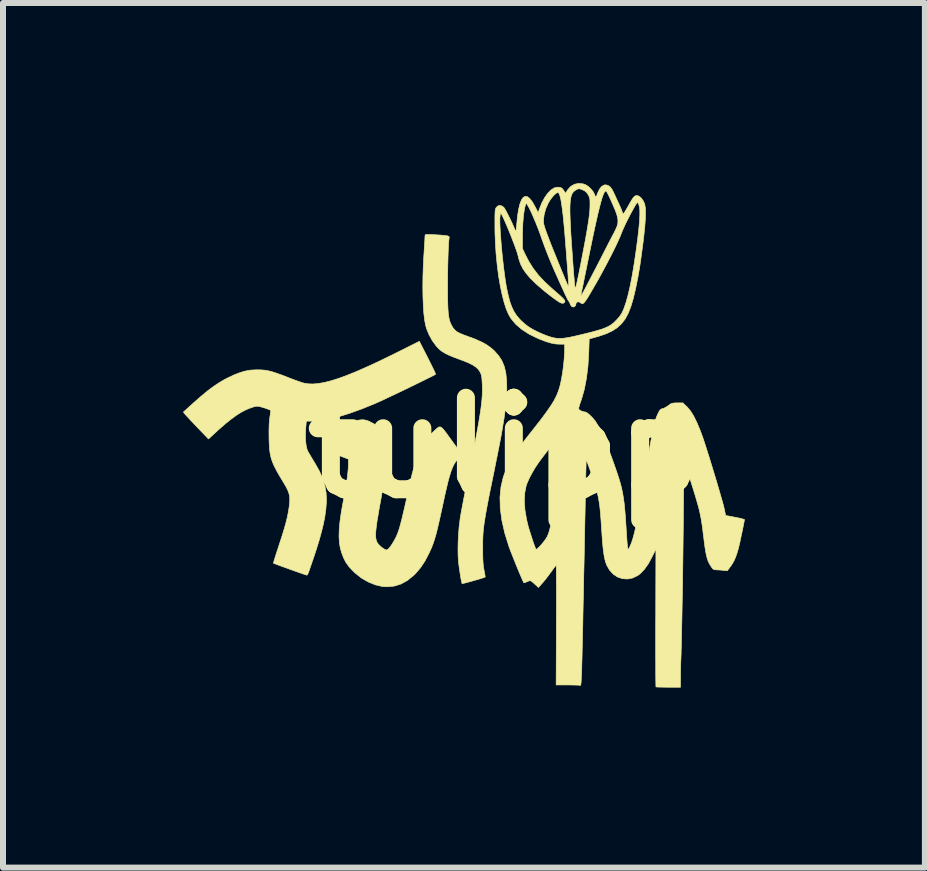
<source format=kicad_pcb>
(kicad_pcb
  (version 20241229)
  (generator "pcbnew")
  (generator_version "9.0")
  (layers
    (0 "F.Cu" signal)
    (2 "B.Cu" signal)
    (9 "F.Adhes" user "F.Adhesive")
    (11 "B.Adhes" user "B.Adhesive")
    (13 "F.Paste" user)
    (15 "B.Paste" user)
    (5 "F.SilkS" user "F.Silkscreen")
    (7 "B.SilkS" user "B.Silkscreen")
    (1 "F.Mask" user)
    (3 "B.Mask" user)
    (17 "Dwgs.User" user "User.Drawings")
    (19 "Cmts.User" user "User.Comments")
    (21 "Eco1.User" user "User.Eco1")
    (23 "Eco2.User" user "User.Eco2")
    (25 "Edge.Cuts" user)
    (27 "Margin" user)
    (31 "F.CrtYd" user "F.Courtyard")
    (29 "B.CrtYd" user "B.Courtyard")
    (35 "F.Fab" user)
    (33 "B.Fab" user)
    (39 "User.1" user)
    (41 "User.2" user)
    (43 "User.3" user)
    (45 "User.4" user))
  (footprint "tulipp"
    (layer "F.Cu")
    (at 5.365 4.411)
    (property "Reference" "tulipp" (at 0 0 0) (layer "F.SilkS") (effects (font (size 1.524 1.524) (thickness 0.3))))
    (attr through_hole)
    (fp_poly (pts (xy -2.329 -0.463) (xy -2.289 -0.451) (xy -2.272 -0.445) (xy -2.182 -0.399) (xy -2.108 -0.335) (xy -2.052 -0.252) (xy -2.014 -0.152) (xy -2.006 -0.121) (xy -1.998 -0.066) (xy -1.993 0.008) (xy -1.991 0.097) (xy -1.992 0.194) (xy -1.995 0.294) (xy -2.001 0.391) (xy -2.006 0.445) (xy -2.013 0.503) (xy -2.024 0.58) (xy -2.038 0.669) (xy -2.053 0.762) (xy -2.069 0.854) (xy -2.071 0.864) (xy -2.097 1.006) (xy -2.117 1.125) (xy -2.134 1.225) (xy -2.145 1.307) (xy -2.153 1.374) (xy -2.157 1.427) (xy -2.157 1.471) (xy -2.154 1.506) (xy -2.147 1.536) (xy -2.138 1.563) (xy -2.135 1.569) (xy -2.113 1.603) (xy -2.079 1.638) (xy -2.039 1.67) (xy -2.001 1.694) (xy -1.974 1.702) (xy -1.953 1.691) (xy -1.925 1.662) (xy -1.893 1.618) (xy -1.859 1.564) (xy -1.837 1.524) (xy -1.819 1.49) (xy -1.803 1.455) (xy -1.788 1.418) (xy -1.773 1.375) (xy -1.757 1.325) (xy -1.741 1.265) (xy -1.722 1.194) (xy -1.702 1.108) (xy -1.678 1.007) (xy -1.651 0.887) (xy -1.62 0.747) (xy -1.587 0.597) (xy -1.546 0.422) (xy -1.503 0.27) (xy -1.458 0.138) (xy -1.408 0.023) (xy -1.354 -0.076) (xy -1.294 -0.163) (xy -1.226 -0.24) (xy -1.194 -0.27) (xy -1.158 -0.305) (xy -1.13 -0.33) (xy -1.106 -0.346) (xy -1.085 -0.35) (xy -1.063 -0.342) (xy -1.038 -0.319) (xy -1.006 -0.281) (xy -0.966 -0.227) (xy -0.913 -0.154) (xy -0.891 -0.124) (xy -0.713 0.121) (xy -0.769 0.171) (xy -0.8 0.202) (xy -0.828 0.237) (xy -0.853 0.278) (xy -0.877 0.328) (xy -0.9 0.389) (xy -0.924 0.464) (xy -0.949 0.554) (xy -0.975 0.663) (xy -1.005 0.793) (xy -1.029 0.906) (xy -1.061 1.052) (xy -1.088 1.175) (xy -1.112 1.28) (xy -1.133 1.368) (xy -1.152 1.443) (xy -1.171 1.508) (xy -1.189 1.564) (xy -1.207 1.616) (xy -1.227 1.666) (xy -1.25 1.717) (xy -1.265 1.75) (xy -1.334 1.883) (xy -1.408 1.995) (xy -1.491 2.093) (xy -1.523 2.124) (xy -1.628 2.209) (xy -1.737 2.269) (xy -1.851 2.304) (xy -1.971 2.314) (xy -2.043 2.31) (xy -2.16 2.283) (xy -2.279 2.235) (xy -2.395 2.168) (xy -2.502 2.083) (xy -2.54 2.046) (xy -2.605 1.975) (xy -2.654 1.906) (xy -2.692 1.831) (xy -2.724 1.747) (xy -2.747 1.665) (xy -2.761 1.576) (xy -2.767 1.477) (xy -2.764 1.366) (xy -2.753 1.24) (xy -2.733 1.096) (xy -2.705 0.931) (xy -2.704 0.93) (xy -2.678 0.788) (xy -2.657 0.668) (xy -2.64 0.567) (xy -2.628 0.482) (xy -2.62 0.411) (xy -2.614 0.351) (xy -2.612 0.3) (xy -2.61 0.188) (xy -2.756 0.132) (xy -2.813 0.11) (xy -2.863 0.091) (xy -2.899 0.077) (xy -2.917 0.071) (xy -2.917 0.071) (xy -2.92 0.057) (xy -2.912 0.025) (xy -2.897 -0.021) (xy -2.874 -0.076) (xy -2.847 -0.137) (xy -2.817 -0.197) (xy -2.754 -0.293) (xy -2.679 -0.368) (xy -2.59 -0.421) (xy -2.486 -0.454) (xy -2.452 -0.46) (xy -2.4 -0.467) (xy -2.362 -0.468) (xy -2.329 -0.463)) (stroke (width 0.01) (type solid)) (fill yes) (layer "F.SilkS"))
    (fp_poly (pts (xy -1.237 -3.554) (xy -1.184 -3.551) (xy -1.096 -3.546) (xy -1.031 -3.541) (xy -0.984 -3.536) (xy -0.954 -3.53) (xy -0.938 -3.522) (xy -0.931 -3.513) (xy -0.931 -3.501) (xy -0.932 -3.5) (xy -0.936 -3.469) (xy -0.941 -3.414) (xy -0.945 -3.341) (xy -0.949 -3.252) (xy -0.952 -3.15) (xy -0.955 -3.038) (xy -0.957 -2.92) (xy -0.958 -2.798) (xy -0.958 -2.676) (xy -0.958 -2.667) (xy -0.958 -2.534) (xy -0.956 -2.423) (xy -0.953 -2.331) (xy -0.948 -2.257) (xy -0.941 -2.196) (xy -0.932 -2.146) (xy -0.92 -2.104) (xy -0.905 -2.067) (xy -0.893 -2.042) (xy -0.867 -1.998) (xy -0.838 -1.964) (xy -0.804 -1.935) (xy -0.758 -1.91) (xy -0.696 -1.884) (xy -0.628 -1.859) (xy -0.505 -1.814) (xy -0.404 -1.769) (xy -0.319 -1.724) (xy -0.248 -1.675) (xy -0.185 -1.622) (xy -0.177 -1.613) (xy -0.108 -1.535) (xy -0.054 -1.452) (xy -0.015 -1.359) (xy 0.011 -1.253) (xy 0.024 -1.131) (xy 0.028 -1.003) (xy 0.026 -0.912) (xy 0.02 -0.817) (xy 0.011 -0.714) (xy -0.002 -0.602) (xy -0.02 -0.478) (xy -0.043 -0.339) (xy -0.07 -0.183) (xy -0.104 -0.009) (xy -0.143 0.187) (xy -0.154 0.241) (xy -0.192 0.431) (xy -0.226 0.597) (xy -0.256 0.743) (xy -0.281 0.87) (xy -0.302 0.981) (xy -0.32 1.077) (xy -0.334 1.161) (xy -0.346 1.235) (xy -0.355 1.301) (xy -0.362 1.36) (xy -0.367 1.415) (xy -0.37 1.469) (xy -0.372 1.522) (xy -0.373 1.578) (xy -0.373 1.638) (xy -0.373 1.664) (xy -0.373 1.769) (xy -0.371 1.853) (xy -0.367 1.922) (xy -0.361 1.98) (xy -0.352 2.032) (xy -0.351 2.037) (xy -0.342 2.087) (xy -0.335 2.126) (xy -0.332 2.149) (xy -0.333 2.152) (xy -0.348 2.159) (xy -0.382 2.17) (xy -0.429 2.185) (xy -0.485 2.201) (xy -0.544 2.218) (xy -0.602 2.234) (xy -0.653 2.248) (xy -0.692 2.257) (xy -0.714 2.262) (xy -0.717 2.262) (xy -0.723 2.243) (xy -0.731 2.204) (xy -0.741 2.151) (xy -0.751 2.087) (xy -0.761 2.02) (xy -0.77 1.953) (xy -0.776 1.905) (xy -0.783 1.81) (xy -0.785 1.697) (xy -0.783 1.572) (xy -0.776 1.442) (xy -0.766 1.313) (xy -0.751 1.193) (xy -0.75 1.181) (xy -0.741 1.128) (xy -0.728 1.054) (xy -0.711 0.964) (xy -0.692 0.862) (xy -0.67 0.751) (xy -0.648 0.637) (xy -0.628 0.54) (xy -0.584 0.323) (xy -0.545 0.13) (xy -0.511 -0.043) (xy -0.481 -0.196) (xy -0.456 -0.331) (xy -0.435 -0.451) (xy -0.418 -0.557) (xy -0.404 -0.651) (xy -0.394 -0.734) (xy -0.386 -0.809) (xy -0.381 -0.878) (xy -0.379 -0.941) (xy -0.379 -1.002) (xy -0.381 -1.061) (xy -0.382 -1.08) (xy -0.386 -1.144) (xy -0.391 -1.19) (xy -0.4 -1.225) (xy -0.413 -1.255) (xy -0.422 -1.272) (xy -0.451 -1.312) (xy -0.49 -1.348) (xy -0.542 -1.382) (xy -0.61 -1.416) (xy -0.698 -1.452) (xy -0.753 -1.472) (xy -0.855 -1.51) (xy -0.937 -1.544) (xy -1.002 -1.576) (xy -1.054 -1.608) (xy -1.098 -1.644) (xy -1.137 -1.684) (xy -1.15 -1.7) (xy -1.214 -1.788) (xy -1.269 -1.888) (xy -1.31 -1.989) (xy -1.326 -2.047) (xy -1.342 -2.136) (xy -1.355 -2.248) (xy -1.363 -2.379) (xy -1.369 -2.526) (xy -1.371 -2.687) (xy -1.369 -2.858) (xy -1.363 -3.036) (xy -1.353 -3.22) (xy -1.352 -3.232) (xy -1.347 -3.316) (xy -1.342 -3.393) (xy -1.338 -3.457) (xy -1.336 -3.506) (xy -1.334 -3.535) (xy -1.334 -3.542) (xy -1.329 -3.549) (xy -1.315 -3.554) (xy -1.285 -3.555) (xy -1.237 -3.554)) (stroke (width 0.01) (type solid)) (fill yes) (layer "F.SilkS"))
    (fp_poly (pts (xy -1.29 -1.503) (xy -1.252 -1.427) (xy -1.218 -1.359) (xy -1.19 -1.302) (xy -1.17 -1.258) (xy -1.159 -1.232) (xy -1.158 -1.226) (xy -1.172 -1.217) (xy -1.207 -1.199) (xy -1.258 -1.173) (xy -1.325 -1.14) (xy -1.402 -1.102) (xy -1.488 -1.06) (xy -1.58 -1.015) (xy -1.675 -0.969) (xy -1.769 -0.924) (xy -1.861 -0.88) (xy -1.947 -0.84) (xy -2.024 -0.803) (xy -2.09 -0.773) (xy -2.141 -0.75) (xy -2.165 -0.739) (xy -2.387 -0.649) (xy -2.589 -0.576) (xy -2.772 -0.519) (xy -2.938 -0.478) (xy -3.085 -0.453) (xy -3.215 -0.445) (xy -3.221 -0.445) (xy -3.312 -0.445) (xy -3.322 -0.321) (xy -3.326 -0.216) (xy -3.324 -0.12) (xy -3.315 -0.039) (xy -3.3 0.024) (xy -3.291 0.048) (xy -3.275 0.077) (xy -3.249 0.121) (xy -3.217 0.176) (xy -3.18 0.237) (xy -3.17 0.253) (xy -3.096 0.384) (xy -3.041 0.507) (xy -3.003 0.627) (xy -2.982 0.75) (xy -2.976 0.879) (xy -2.986 1.021) (xy -3.005 1.156) (xy -3.027 1.267) (xy -3.059 1.397) (xy -3.098 1.539) (xy -3.145 1.691) (xy -3.186 1.816) (xy -3.218 1.909) (xy -3.243 1.981) (xy -3.261 2.035) (xy -3.275 2.073) (xy -3.285 2.097) (xy -3.292 2.111) (xy -3.297 2.118) (xy -3.302 2.12) (xy -3.306 2.12) (xy -3.322 2.115) (xy -3.358 2.103) (xy -3.411 2.085) (xy -3.476 2.062) (xy -3.551 2.035) (xy -3.588 2.022) (xy -3.665 1.994) (xy -3.734 1.969) (xy -3.791 1.948) (xy -3.833 1.932) (xy -3.856 1.923) (xy -3.86 1.922) (xy -3.857 1.909) (xy -3.848 1.876) (xy -3.832 1.825) (xy -3.812 1.76) (xy -3.787 1.685) (xy -3.769 1.629) (xy -3.721 1.482) (xy -3.682 1.356) (xy -3.651 1.246) (xy -3.627 1.149) (xy -3.61 1.061) (xy -3.597 0.979) (xy -3.595 0.956) (xy -3.588 0.882) (xy -3.589 0.82) (xy -3.6 0.763) (xy -3.621 0.705) (xy -3.654 0.64) (xy -3.693 0.575) (xy -3.757 0.468) (xy -3.808 0.379) (xy -3.848 0.301) (xy -3.878 0.23) (xy -3.9 0.162) (xy -3.915 0.092) (xy -3.925 0.015) (xy -3.93 -0.072) (xy -3.933 -0.152) (xy -3.934 -0.283) (xy -3.931 -0.393) (xy -3.923 -0.484) (xy -3.921 -0.5) (xy -3.903 -0.625) (xy -3.944 -0.642) (xy -3.979 -0.655) (xy -4.026 -0.671) (xy -4.06 -0.68) (xy -4.098 -0.69) (xy -4.127 -0.694) (xy -4.155 -0.692) (xy -4.191 -0.682) (xy -4.231 -0.669) (xy -4.308 -0.639) (xy -4.387 -0.599) (xy -4.47 -0.547) (xy -4.56 -0.482) (xy -4.66 -0.402) (xy -4.771 -0.305) (xy -4.833 -0.248) (xy -4.942 -0.148) (xy -5.128 -0.342) (xy -5.185 -0.402) (xy -5.237 -0.457) (xy -5.281 -0.505) (xy -5.315 -0.541) (xy -5.335 -0.563) (xy -5.337 -0.566) (xy -5.36 -0.596) (xy -5.189 -0.751) (xy -5.068 -0.857) (xy -4.96 -0.947) (xy -4.86 -1.022) (xy -4.765 -1.085) (xy -4.672 -1.14) (xy -4.616 -1.168) (xy -4.508 -1.219) (xy -4.413 -1.255) (xy -4.327 -1.28) (xy -4.242 -1.295) (xy -4.152 -1.3) (xy -4.128 -1.3) (xy -4.064 -1.299) (xy -4.005 -1.294) (xy -3.946 -1.284) (xy -3.882 -1.268) (xy -3.81 -1.245) (xy -3.723 -1.214) (xy -3.619 -1.174) (xy -3.611 -1.17) (xy -3.54 -1.143) (xy -3.472 -1.118) (xy -3.412 -1.097) (xy -3.367 -1.083) (xy -3.353 -1.079) (xy -3.281 -1.067) (xy -3.201 -1.064) (xy -3.112 -1.072) (xy -3.013 -1.089) (xy -2.901 -1.117) (xy -2.777 -1.156) (xy -2.638 -1.207) (xy -2.484 -1.269) (xy -2.313 -1.344) (xy -2.124 -1.431) (xy -1.916 -1.532) (xy -1.778 -1.6) (xy -1.429 -1.775) (xy -1.29 -1.503)) (stroke (width 0.01) (type solid)) (fill yes) (layer "F.SilkS"))
    (fp_poly (pts (xy 1.299 -4.398) (xy 1.341 -4.383) (xy 1.385 -4.355) (xy 1.429 -4.314) (xy 1.466 -4.269) (xy 1.489 -4.226) (xy 1.493 -4.215) (xy 1.501 -4.187) (xy 1.511 -4.182) (xy 1.524 -4.199) (xy 1.54 -4.241) (xy 1.54 -4.241) (xy 1.572 -4.31) (xy 1.609 -4.356) (xy 1.651 -4.379) (xy 1.669 -4.382) (xy 1.711 -4.374) (xy 1.747 -4.35) (xy 1.781 -4.307) (xy 1.814 -4.241) (xy 1.815 -4.239) (xy 1.843 -4.178) (xy 1.874 -4.11) (xy 1.899 -4.056) (xy 1.921 -4.008) (xy 1.939 -3.965) (xy 1.95 -3.935) (xy 1.95 -3.932) (xy 1.96 -3.908) (xy 1.969 -3.899) (xy 1.979 -3.909) (xy 1.998 -3.938) (xy 2.023 -3.98) (xy 2.051 -4.029) (xy 2.089 -4.096) (xy 2.117 -4.143) (xy 2.139 -4.174) (xy 2.158 -4.192) (xy 2.176 -4.201) (xy 2.195 -4.204) (xy 2.198 -4.204) (xy 2.232 -4.192) (xy 2.267 -4.162) (xy 2.299 -4.119) (xy 2.323 -4.069) (xy 2.326 -4.058) (xy 2.336 -4) (xy 2.339 -3.918) (xy 2.336 -3.814) (xy 2.327 -3.685) (xy 2.311 -3.532) (xy 2.3 -3.435) (xy 2.279 -3.279) (xy 2.261 -3.144) (xy 2.243 -3.023) (xy 2.225 -2.914) (xy 2.206 -2.81) (xy 2.185 -2.707) (xy 2.171 -2.64) (xy 2.134 -2.484) (xy 2.094 -2.352) (xy 2.05 -2.24) (xy 1.999 -2.146) (xy 1.939 -2.068) (xy 1.868 -2.002) (xy 1.784 -1.948) (xy 1.684 -1.901) (xy 1.567 -1.861) (xy 1.453 -1.829) (xy 1.401 -1.816) (xy 1.393 -1.578) (xy 1.38 -1.36) (xy 1.355 -1.159) (xy 1.32 -0.976) (xy 1.274 -0.814) (xy 1.251 -0.749) (xy 1.236 -0.704) (xy 1.227 -0.667) (xy 1.226 -0.646) (xy 1.242 -0.629) (xy 1.273 -0.613) (xy 1.31 -0.601) (xy 1.339 -0.597) (xy 1.359 -0.588) (xy 1.39 -0.565) (xy 1.426 -0.532) (xy 1.462 -0.495) (xy 1.492 -0.459) (xy 1.5 -0.449) (xy 1.536 -0.392) (xy 1.572 -0.328) (xy 1.61 -0.252) (xy 1.65 -0.162) (xy 1.693 -0.057) (xy 1.74 0.066) (xy 1.793 0.21) (xy 1.83 0.315) (xy 1.865 0.417) (xy 1.895 0.508) (xy 1.92 0.592) (xy 1.941 0.673) (xy 1.958 0.755) (xy 1.972 0.842) (xy 1.985 0.936) (xy 1.995 1.042) (xy 2.005 1.164) (xy 2.014 1.305) (xy 2.02 1.4) (xy 2.025 1.477) (xy 2.03 1.548) (xy 2.035 1.608) (xy 2.04 1.651) (xy 2.043 1.673) (xy 2.049 1.688) (xy 2.055 1.689) (xy 2.064 1.675) (xy 2.079 1.643) (xy 2.094 1.608) (xy 2.109 1.57) (xy 2.123 1.527) (xy 2.138 1.477) (xy 2.153 1.418) (xy 2.169 1.349) (xy 2.186 1.267) (xy 2.205 1.171) (xy 2.226 1.059) (xy 2.249 0.928) (xy 2.276 0.777) (xy 2.305 0.604) (xy 2.325 0.483) (xy 2.355 0.305) (xy 2.381 0.151) (xy 2.404 0.018) (xy 2.425 -0.096) (xy 2.443 -0.192) (xy 2.459 -0.274) (xy 2.473 -0.342) (xy 2.487 -0.398) (xy 2.5 -0.446) (xy 2.512 -0.486) (xy 2.524 -0.52) (xy 2.537 -0.551) (xy 2.541 -0.559) (xy 2.563 -0.604) (xy 2.581 -0.631) (xy 2.598 -0.646) (xy 2.621 -0.653) (xy 2.623 -0.653) (xy 2.657 -0.666) (xy 2.697 -0.689) (xy 2.72 -0.705) (xy 2.751 -0.728) (xy 2.777 -0.741) (xy 2.808 -0.747) (xy 2.852 -0.749) (xy 2.868 -0.749) (xy 2.961 -0.749) (xy 3.031 -0.683) (xy 3.085 -0.62) (xy 3.14 -0.533) (xy 3.195 -0.421) (xy 3.251 -0.287) (xy 3.289 -0.184) (xy 3.311 -0.119) (xy 3.338 -0.037) (xy 3.368 0.058) (xy 3.401 0.162) (xy 3.435 0.273) (xy 3.47 0.388) (xy 3.505 0.503) (xy 3.538 0.614) (xy 3.569 0.719) (xy 3.596 0.814) (xy 3.62 0.896) (xy 3.638 0.962) (xy 3.649 1.008) (xy 3.652 1.02) (xy 3.673 1.126) (xy 3.83 1.156) (xy 3.89 1.168) (xy 3.939 1.179) (xy 3.973 1.189) (xy 3.988 1.195) (xy 3.988 1.196) (xy 3.985 1.211) (xy 3.978 1.247) (xy 3.968 1.299) (xy 3.955 1.365) (xy 3.939 1.439) (xy 3.938 1.444) (xy 3.912 1.567) (xy 3.888 1.669) (xy 3.864 1.752) (xy 3.84 1.82) (xy 3.815 1.878) (xy 3.787 1.928) (xy 3.762 1.966) (xy 3.702 2.047) (xy 3.627 2.04) (xy 3.578 2.035) (xy 3.532 2.033) (xy 3.51 2.032) (xy 3.484 2.029) (xy 3.464 2.018) (xy 3.442 1.993) (xy 3.424 1.965) (xy 3.402 1.929) (xy 3.383 1.891) (xy 3.368 1.847) (xy 3.354 1.795) (xy 3.341 1.73) (xy 3.328 1.648) (xy 3.315 1.547) (xy 3.308 1.492) (xy 3.297 1.405) (xy 3.288 1.328) (xy 3.278 1.26) (xy 3.268 1.198) (xy 3.257 1.138) (xy 3.244 1.077) (xy 3.229 1.013) (xy 3.21 0.943) (xy 3.187 0.864) (xy 3.16 0.772) (xy 3.127 0.666) (xy 3.088 0.542) (xy 3.042 0.397) (xy 3.033 0.368) (xy 2.979 0.197) (xy 2.97 1.073) (xy 2.969 1.235) (xy 2.967 1.401) (xy 2.965 1.566) (xy 2.963 1.729) (xy 2.961 1.885) (xy 2.959 2.03) (xy 2.957 2.161) (xy 2.956 2.274) (xy 2.954 2.366) (xy 2.954 2.375) (xy 2.95 2.571) (xy 2.947 2.744) (xy 2.944 2.894) (xy 2.941 3.025) (xy 2.939 3.137) (xy 2.937 3.232) (xy 2.935 3.312) (xy 2.933 3.378) (xy 2.932 3.433) (xy 2.93 3.478) (xy 2.929 3.515) (xy 2.928 3.537) (xy 2.925 3.596) (xy 2.924 3.671) (xy 2.922 3.751) (xy 2.922 3.82) (xy 2.921 3.988) (xy 2.72 3.988) (xy 2.651 3.987) (xy 2.592 3.986) (xy 2.546 3.985) (xy 2.518 3.983) (xy 2.512 3.981) (xy 2.512 3.968) (xy 2.511 3.931) (xy 2.51 3.872) (xy 2.509 3.794) (xy 2.509 3.697) (xy 2.509 3.584) (xy 2.508 3.456) (xy 2.508 3.315) (xy 2.508 3.163) (xy 2.508 3.003) (xy 2.509 2.835) (xy 2.509 2.831) (xy 2.512 1.687) (xy 2.444 1.824) (xy 2.384 1.934) (xy 2.319 2.025) (xy 2.253 2.094) (xy 2.21 2.127) (xy 2.124 2.168) (xy 2.038 2.185) (xy 1.953 2.179) (xy 1.873 2.152) (xy 1.801 2.104) (xy 1.74 2.037) (xy 1.692 1.953) (xy 1.677 1.913) (xy 1.665 1.87) (xy 1.654 1.824) (xy 1.645 1.77) (xy 1.636 1.707) (xy 1.628 1.63) (xy 1.62 1.536) (xy 1.612 1.423) (xy 1.606 1.333) (xy 1.597 1.2) (xy 1.588 1.084) (xy 1.578 0.984) (xy 1.565 0.892) (xy 1.549 0.806) (xy 1.529 0.72) (xy 1.503 0.63) (xy 1.472 0.531) (xy 1.433 0.419) (xy 1.386 0.288) (xy 1.376 0.26) (xy 1.353 0.197) (xy 1.35 0.241) (xy 1.349 0.262) (xy 1.348 0.306) (xy 1.346 0.37) (xy 1.344 0.452) (xy 1.342 0.55) (xy 1.34 0.66) (xy 1.337 0.78) (xy 1.335 0.908) (xy 1.334 0.972) (xy 1.327 1.297) (xy 1.321 1.598) (xy 1.316 1.875) (xy 1.31 2.13) (xy 1.306 2.363) (xy 1.301 2.575) (xy 1.297 2.768) (xy 1.294 2.942) (xy 1.29 3.099) (xy 1.287 3.238) (xy 1.284 3.362) (xy 1.282 3.471) (xy 1.279 3.565) (xy 1.277 3.647) (xy 1.275 3.717) (xy 1.273 3.775) (xy 1.27 3.824) (xy 1.268 3.863) (xy 1.267 3.894) (xy 1.265 3.917) (xy 1.262 3.934) (xy 1.26 3.946) (xy 1.258 3.953) (xy 1.256 3.957) (xy 1.253 3.958) (xy 1.251 3.958) (xy 1.248 3.957) (xy 1.23 3.954) (xy 1.19 3.952) (xy 1.136 3.951) (xy 1.071 3.95) (xy 1.04 3.95) (xy 0.85 3.95) (xy 0.854 2.953) (xy 0.854 2.796) (xy 0.855 2.647) (xy 0.855 2.507) (xy 0.855 2.379) (xy 0.854 2.264) (xy 0.854 2.165) (xy 0.853 2.082) (xy 0.853 2.019) (xy 0.852 1.976) (xy 0.851 1.957) (xy 0.851 1.956) (xy 0.841 1.966) (xy 0.82 1.992) (xy 0.792 2.03) (xy 0.766 2.067) (xy 0.724 2.123) (xy 0.679 2.182) (xy 0.638 2.233) (xy 0.621 2.252) (xy 0.555 2.326) (xy 0.516 2.29) (xy 0.473 2.251) (xy 0.445 2.227) (xy 0.424 2.215) (xy 0.407 2.214) (xy 0.387 2.22) (xy 0.368 2.229) (xy 0.336 2.242) (xy 0.315 2.247) (xy 0.311 2.246) (xy 0.303 2.231) (xy 0.287 2.196) (xy 0.265 2.145) (xy 0.238 2.082) (xy 0.208 2.01) (xy 0.177 1.935) (xy 0.147 1.859) (xy 0.118 1.786) (xy 0.092 1.721) (xy 0.072 1.666) (xy 0.064 1.645) (xy -0.006 1.42) (xy -0.054 1.209) (xy -0.081 1.01) (xy -0.084 0.884) (xy 0.32 0.884) (xy 0.33 1.032) (xy 0.357 1.191) (xy 0.376 1.273) (xy 0.389 1.323) (xy 0.408 1.384) (xy 0.429 1.451) (xy 0.451 1.519) (xy 0.472 1.582) (xy 0.491 1.635) (xy 0.506 1.673) (xy 0.514 1.688) (xy 0.526 1.687) (xy 0.549 1.669) (xy 0.579 1.639) (xy 0.613 1.601) (xy 0.647 1.559) (xy 0.677 1.518) (xy 0.7 1.481) (xy 0.705 1.47) (xy 0.726 1.418) (xy 0.744 1.357) (xy 0.76 1.284) (xy 0.775 1.195) (xy 0.789 1.085) (xy 0.793 1.054) (xy 0.799 0.999) (xy 0.806 0.927) (xy 0.814 0.841) (xy 0.823 0.745) (xy 0.832 0.641) (xy 0.842 0.532) (xy 0.852 0.421) (xy 0.861 0.312) (xy 0.87 0.206) (xy 0.878 0.107) (xy 0.885 0.018) (xy 0.891 -0.059) (xy 0.895 -0.12) (xy 0.898 -0.163) (xy 0.898 -0.184) (xy 0.898 -0.186) (xy 0.889 -0.178) (xy 0.867 -0.153) (xy 0.834 -0.115) (xy 0.795 -0.065) (xy 0.749 -0.008) (xy 0.702 0.053) (xy 0.654 0.116) (xy 0.608 0.177) (xy 0.567 0.232) (xy 0.562 0.239) (xy 0.503 0.326) (xy 0.449 0.418) (xy 0.402 0.507) (xy 0.366 0.589) (xy 0.35 0.635) (xy 0.327 0.751) (xy 0.32 0.884) (xy -0.084 0.884) (xy -0.086 0.824) (xy -0.069 0.65) (xy -0.031 0.488) (xy -0.012 0.435) (xy 0.042 0.312) (xy 0.117 0.176) (xy 0.213 0.027) (xy 0.331 -0.134) (xy 0.4 -0.222) (xy 0.501 -0.35) (xy 0.587 -0.46) (xy 0.659 -0.556) (xy 0.719 -0.64) (xy 0.769 -0.713) (xy 0.81 -0.779) (xy 0.842 -0.84) (xy 0.869 -0.898) (xy 0.89 -0.955) (xy 0.909 -1.014) (xy 0.92 -1.056) (xy 0.939 -1.146) (xy 0.957 -1.251) (xy 0.972 -1.365) (xy 0.983 -1.476) (xy 0.99 -1.577) (xy 0.991 -1.622) (xy 0.991 -1.727) (xy 0.911 -1.727) (xy 0.841 -1.731) (xy 0.767 -1.745) (xy 0.685 -1.769) (xy 0.588 -1.806) (xy 0.55 -1.821) (xy 0.404 -1.892) (xy 0.279 -1.972) (xy 0.176 -2.06) (xy 0.097 -2.156) (xy 0.058 -2.222) (xy 0.018 -2.314) (xy -0.018 -2.428) (xy -0.052 -2.561) (xy -0.083 -2.71) (xy -0.11 -2.872) (xy -0.132 -3.045) (xy -0.15 -3.224) (xy -0.162 -3.407) (xy -0.169 -3.59) (xy -0.17 -3.664) (xy -0.17 -3.762) (xy -0.17 -3.765) (xy -0.088 -3.765) (xy -0.085 -3.685) (xy -0.08 -3.59) (xy -0.072 -3.483) (xy -0.063 -3.369) (xy -0.052 -3.249) (xy -0.039 -3.129) (xy -0.026 -3.01) (xy -0.011 -2.897) (xy 0.003 -2.793) (xy 0.018 -2.701) (xy 0.025 -2.663) (xy 0.052 -2.539) (xy 0.079 -2.436) (xy 0.11 -2.35) (xy 0.145 -2.276) (xy 0.187 -2.211) (xy 0.238 -2.149) (xy 0.266 -2.12) (xy 0.331 -2.061) (xy 0.401 -2.009) (xy 0.483 -1.962) (xy 0.58 -1.915) (xy 0.648 -1.886) (xy 0.722 -1.858) (xy 0.788 -1.838) (xy 0.85 -1.826) (xy 0.913 -1.823) (xy 0.983 -1.827) (xy 1.064 -1.84) (xy 1.162 -1.861) (xy 1.213 -1.873) (xy 1.343 -1.904) (xy 1.451 -1.931) (xy 1.54 -1.956) (xy 1.613 -1.978) (xy 1.672 -2.001) (xy 1.721 -2.023) (xy 1.762 -2.048) (xy 1.798 -2.075) (xy 1.833 -2.107) (xy 1.864 -2.139) (xy 1.912 -2.194) (xy 1.946 -2.248) (xy 1.975 -2.311) (xy 1.98 -2.323) (xy 2.015 -2.426) (xy 2.049 -2.55) (xy 2.083 -2.696) (xy 2.116 -2.864) (xy 2.148 -3.056) (xy 2.18 -3.271) (xy 2.21 -3.499) (xy 2.227 -3.647) (xy 2.239 -3.772) (xy 2.244 -3.874) (xy 2.244 -3.955) (xy 2.237 -4.016) (xy 2.225 -4.058) (xy 2.223 -4.064) (xy 2.21 -4.084) (xy 2.2 -4.084) (xy 2.188 -4.069) (xy 2.165 -4.034) (xy 2.135 -3.98) (xy 2.099 -3.915) (xy 2.061 -3.842) (xy 2.023 -3.767) (xy 1.989 -3.696) (xy 1.961 -3.634) (xy 1.941 -3.586) (xy 1.937 -3.575) (xy 1.918 -3.526) (xy 1.888 -3.458) (xy 1.849 -3.374) (xy 1.802 -3.278) (xy 1.749 -3.174) (xy 1.692 -3.064) (xy 1.632 -2.952) (xy 1.572 -2.842) (xy 1.512 -2.735) (xy 1.505 -2.724) (xy 1.449 -2.627) (xy 1.404 -2.55) (xy 1.368 -2.491) (xy 1.339 -2.448) (xy 1.317 -2.42) (xy 1.299 -2.405) (xy 1.284 -2.401) (xy 1.27 -2.405) (xy 1.256 -2.416) (xy 1.253 -2.42) (xy 1.227 -2.433) (xy 1.2 -2.429) (xy 1.183 -2.412) (xy 1.181 -2.4) (xy 1.173 -2.372) (xy 1.161 -2.357) (xy 1.135 -2.345) (xy 1.109 -2.355) (xy 1.089 -2.382) (xy 1.084 -2.397) (xy 1.072 -2.428) (xy 1.059 -2.445) (xy 1.053 -2.453) (xy 1.042 -2.471) (xy 1.028 -2.5) (xy 1.012 -2.532) (xy 1.258 -2.532) (xy 1.26 -2.529) (xy 1.269 -2.539) (xy 1.284 -2.564) (xy 1.306 -2.604) (xy 1.337 -2.661) (xy 1.377 -2.737) (xy 1.426 -2.832) (xy 1.486 -2.948) (xy 1.512 -2.997) (xy 1.566 -3.102) (xy 1.619 -3.205) (xy 1.669 -3.303) (xy 1.715 -3.393) (xy 1.755 -3.47) (xy 1.787 -3.532) (xy 1.81 -3.575) (xy 1.812 -3.578) (xy 1.842 -3.639) (xy 1.864 -3.69) (xy 1.877 -3.737) (xy 1.88 -3.784) (xy 1.874 -3.834) (xy 1.859 -3.892) (xy 1.833 -3.962) (xy 1.796 -4.049) (xy 1.767 -4.114) (xy 1.741 -4.171) (xy 1.718 -4.219) (xy 1.699 -4.255) (xy 1.689 -4.273) (xy 1.688 -4.273) (xy 1.677 -4.278) (xy 1.664 -4.272) (xy 1.65 -4.252) (xy 1.635 -4.219) (xy 1.617 -4.17) (xy 1.598 -4.105) (xy 1.576 -4.022) (xy 1.551 -3.921) (xy 1.523 -3.8) (xy 1.492 -3.659) (xy 1.457 -3.496) (xy 1.419 -3.31) (xy 1.378 -3.11) (xy 1.355 -2.996) (xy 1.333 -2.889) (xy 1.313 -2.791) (xy 1.296 -2.706) (xy 1.281 -2.637) (xy 1.27 -2.585) (xy 1.264 -2.554) (xy 1.262 -2.546) (xy 1.258 -2.532) (xy 1.012 -2.532) (xy 1.007 -2.542) (xy 0.981 -2.599) (xy 0.947 -2.673) (xy 0.905 -2.766) (xy 0.855 -2.878) (xy 0.816 -2.965) (xy 0.763 -3.088) (xy 0.711 -3.216) (xy 0.663 -3.34) (xy 0.621 -3.455) (xy 0.597 -3.524) (xy 0.572 -3.594) (xy 0.541 -3.675) (xy 0.507 -3.76) (xy 0.49 -3.8) (xy 0.639 -3.8) (xy 0.641 -3.741) (xy 0.649 -3.707) (xy 0.666 -3.652) (xy 0.692 -3.579) (xy 0.726 -3.489) (xy 0.766 -3.384) (xy 0.792 -3.319) (xy 0.849 -3.18) (xy 0.896 -3.063) (xy 0.936 -2.965) (xy 0.969 -2.886) (xy 0.994 -2.823) (xy 1.015 -2.775) (xy 1.03 -2.74) (xy 1.04 -2.716) (xy 1.048 -2.701) (xy 1.052 -2.694) (xy 1.054 -2.693) (xy 1.058 -2.704) (xy 1.058 -2.731) (xy 1.058 -2.74) (xy 1.056 -2.764) (xy 1.052 -2.81) (xy 1.048 -2.874) (xy 1.042 -2.954) (xy 1.035 -3.046) (xy 1.027 -3.146) (xy 1.022 -3.219) (xy 1.006 -3.419) (xy 0.992 -3.595) (xy 0.978 -3.747) (xy 0.965 -3.877) (xy 0.959 -3.925) (xy 1.08 -3.925) (xy 1.083 -3.825) (xy 1.088 -3.708) (xy 1.095 -3.572) (xy 1.105 -3.415) (xy 1.118 -3.236) (xy 1.13 -3.061) (xy 1.137 -2.966) (xy 1.144 -2.878) (xy 1.151 -2.801) (xy 1.156 -2.738) (xy 1.161 -2.693) (xy 1.164 -2.669) (xy 1.164 -2.667) (xy 1.168 -2.662) (xy 1.172 -2.667) (xy 1.179 -2.686) (xy 1.188 -2.718) (xy 1.199 -2.767) (xy 1.213 -2.833) (xy 1.231 -2.918) (xy 1.252 -3.024) (xy 1.277 -3.152) (xy 1.301 -3.277) (xy 1.332 -3.439) (xy 1.357 -3.578) (xy 1.377 -3.698) (xy 1.393 -3.8) (xy 1.404 -3.887) (xy 1.411 -3.961) (xy 1.414 -4.026) (xy 1.414 -4.039) (xy 1.414 -4.098) (xy 1.412 -4.139) (xy 1.405 -4.171) (xy 1.393 -4.199) (xy 1.384 -4.216) (xy 1.355 -4.258) (xy 1.318 -4.286) (xy 1.291 -4.298) (xy 1.255 -4.312) (xy 1.231 -4.317) (xy 1.21 -4.312) (xy 1.183 -4.299) (xy 1.16 -4.284) (xy 1.14 -4.267) (xy 1.122 -4.245) (xy 1.108 -4.216) (xy 1.097 -4.18) (xy 1.089 -4.135) (xy 1.083 -4.078) (xy 1.08 -4.008) (xy 1.08 -3.925) (xy 0.959 -3.925) (xy 0.952 -3.986) (xy 0.939 -4.074) (xy 0.927 -4.144) (xy 0.914 -4.196) (xy 0.901 -4.231) (xy 0.888 -4.25) (xy 0.877 -4.255) (xy 0.854 -4.244) (xy 0.822 -4.217) (xy 0.786 -4.178) (xy 0.751 -4.131) (xy 0.721 -4.082) (xy 0.719 -4.078) (xy 0.678 -3.985) (xy 0.651 -3.89) (xy 0.639 -3.8) (xy 0.49 -3.8) (xy 0.471 -3.844) (xy 0.437 -3.922) (xy 0.406 -3.986) (xy 0.385 -4.025) (xy 0.365 -4.058) (xy 0.354 -4.07) (xy 0.347 -4.066) (xy 0.34 -4.051) (xy 0.326 -3.999) (xy 0.314 -3.927) (xy 0.303 -3.838) (xy 0.295 -3.738) (xy 0.291 -3.632) (xy 0.289 -3.543) (xy 0.289 -3.321) (xy 0.33 -3.232) (xy 0.396 -3.104) (xy 0.47 -2.987) (xy 0.556 -2.876) (xy 0.659 -2.766) (xy 0.782 -2.653) (xy 0.788 -2.648) (xy 0.859 -2.586) (xy 0.913 -2.539) (xy 0.951 -2.503) (xy 0.977 -2.477) (xy 0.991 -2.458) (xy 0.997 -2.445) (xy 0.996 -2.435) (xy 0.996 -2.434) (xy 0.976 -2.411) (xy 0.944 -2.409) (xy 0.905 -2.426) (xy 0.861 -2.455) (xy 0.804 -2.496) (xy 0.738 -2.546) (xy 0.668 -2.601) (xy 0.601 -2.658) (xy 0.54 -2.71) (xy 0.505 -2.742) (xy 0.416 -2.83) (xy 0.347 -2.911) (xy 0.294 -2.989) (xy 0.255 -3.068) (xy 0.227 -3.153) (xy 0.216 -3.2) (xy 0.205 -3.24) (xy 0.185 -3.299) (xy 0.159 -3.372) (xy 0.127 -3.455) (xy 0.093 -3.543) (xy 0.057 -3.631) (xy 0.022 -3.715) (xy -0.011 -3.791) (xy -0.04 -3.853) (xy -0.054 -3.88) (xy -0.074 -3.918) (xy -0.084 -3.867) (xy -0.087 -3.827) (xy -0.088 -3.765) (xy -0.17 -3.765) (xy -0.17 -3.837) (xy -0.169 -3.893) (xy -0.167 -3.934) (xy -0.164 -3.963) (xy -0.159 -3.984) (xy -0.152 -3.998) (xy -0.149 -4.004) (xy -0.118 -4.032) (xy -0.08 -4.039) (xy -0.04 -4.022) (xy -0.02 -4.004) (xy -0.005 -3.982) (xy 0.018 -3.942) (xy 0.046 -3.887) (xy 0.078 -3.824) (xy 0.11 -3.757) (xy 0.14 -3.69) (xy 0.166 -3.629) (xy 0.172 -3.613) (xy 0.178 -3.611) (xy 0.184 -3.634) (xy 0.189 -3.682) (xy 0.192 -3.708) (xy 0.205 -3.85) (xy 0.223 -3.967) (xy 0.245 -4.059) (xy 0.271 -4.128) (xy 0.3 -4.171) (xy 0.333 -4.19) (xy 0.37 -4.185) (xy 0.41 -4.154) (xy 0.453 -4.099) (xy 0.499 -4.018) (xy 0.504 -4.009) (xy 0.55 -3.918) (xy 0.572 -3.981) (xy 0.612 -4.082) (xy 0.659 -4.169) (xy 0.71 -4.242) (xy 0.765 -4.297) (xy 0.819 -4.331) (xy 0.872 -4.343) (xy 0.918 -4.339) (xy 0.949 -4.324) (xy 0.975 -4.29) (xy 0.979 -4.285) (xy 1.006 -4.241) (xy 1.042 -4.298) (xy 1.092 -4.355) (xy 1.154 -4.391) (xy 1.225 -4.406) (xy 1.299 -4.398)) (stroke (width 0.01) (type solid)) (fill yes) (layer "F.SilkS")))
  (gr_rect
    (start -3 -3)
    (end 12.358 11.404)
    (stroke (width 0.1) (type default))
    (fill no)
    (layer "Edge.Cuts")))
</source>
